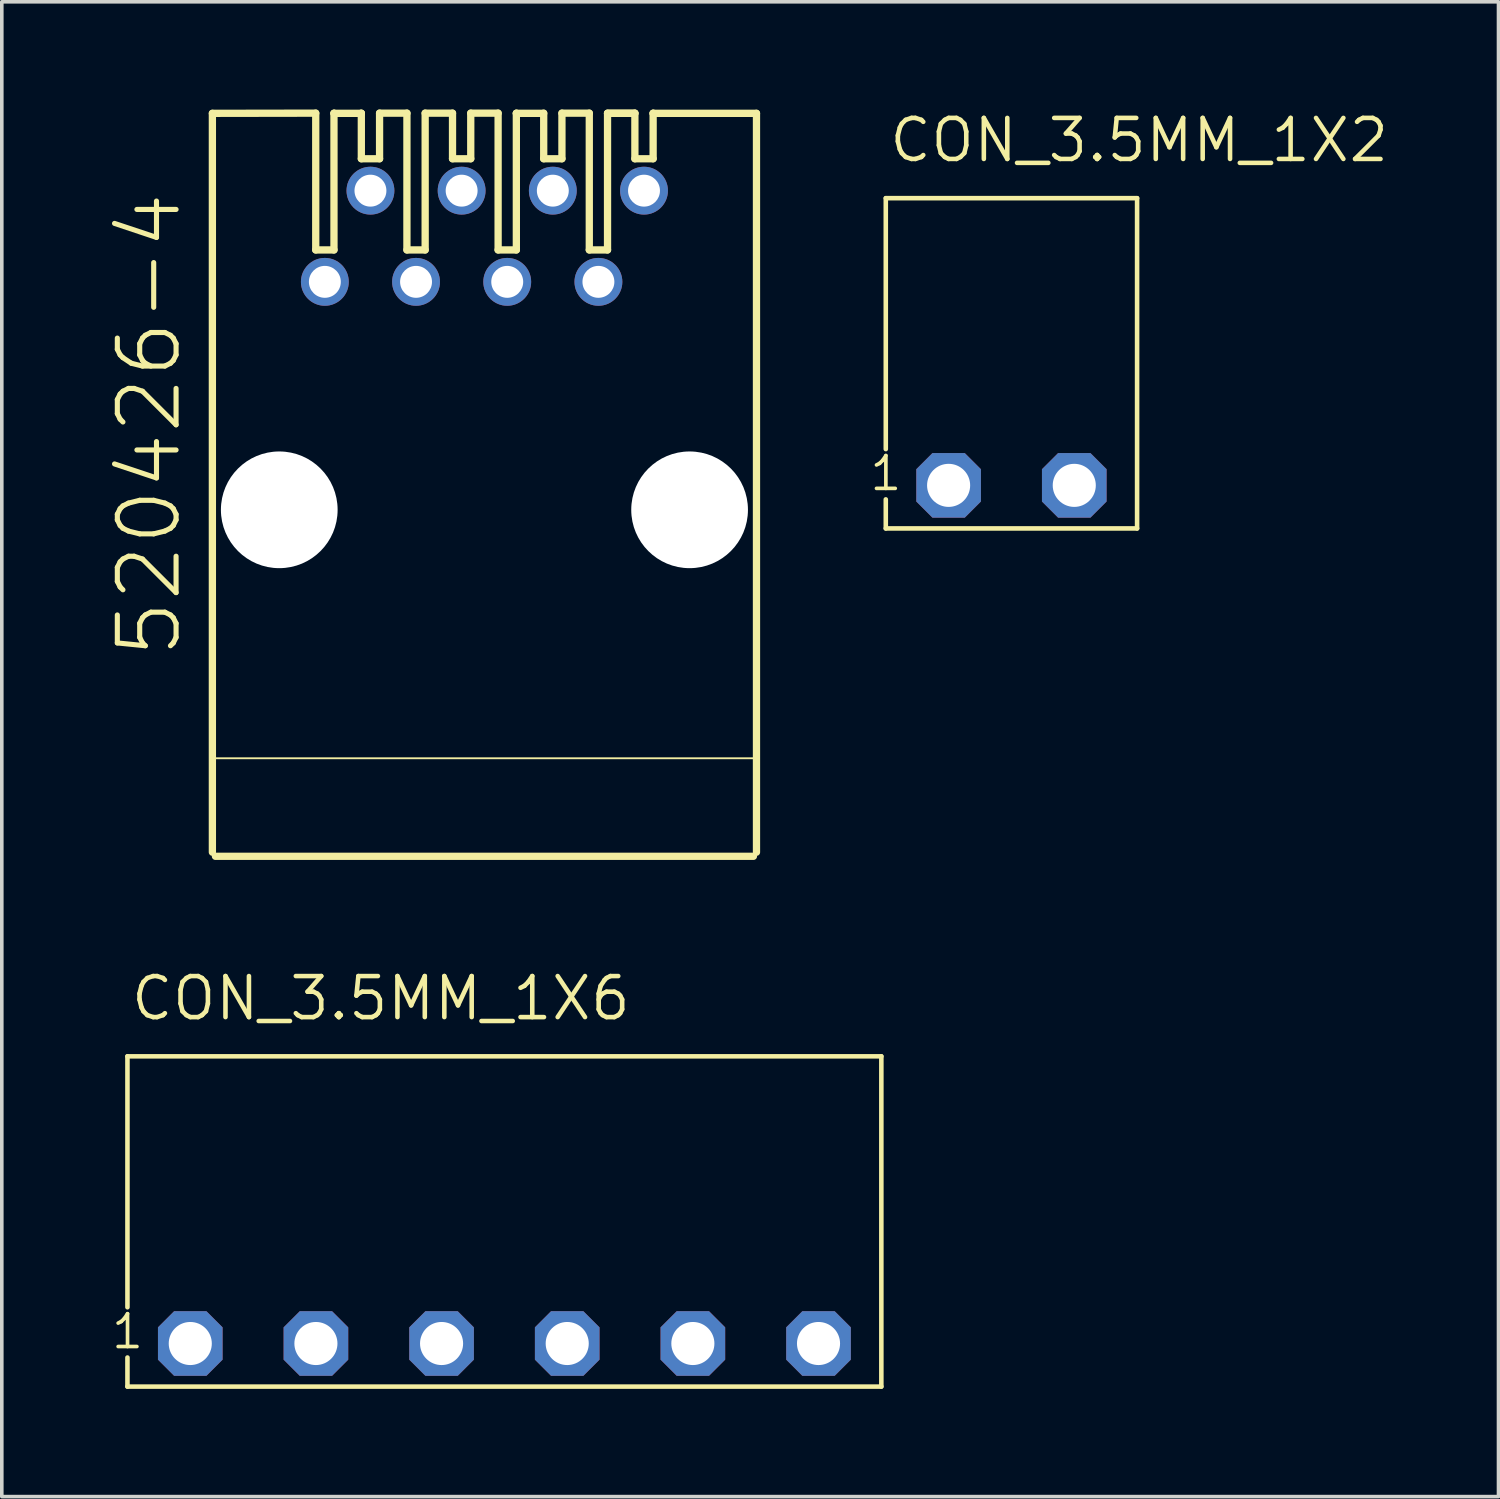
<source format=kicad_pcb>
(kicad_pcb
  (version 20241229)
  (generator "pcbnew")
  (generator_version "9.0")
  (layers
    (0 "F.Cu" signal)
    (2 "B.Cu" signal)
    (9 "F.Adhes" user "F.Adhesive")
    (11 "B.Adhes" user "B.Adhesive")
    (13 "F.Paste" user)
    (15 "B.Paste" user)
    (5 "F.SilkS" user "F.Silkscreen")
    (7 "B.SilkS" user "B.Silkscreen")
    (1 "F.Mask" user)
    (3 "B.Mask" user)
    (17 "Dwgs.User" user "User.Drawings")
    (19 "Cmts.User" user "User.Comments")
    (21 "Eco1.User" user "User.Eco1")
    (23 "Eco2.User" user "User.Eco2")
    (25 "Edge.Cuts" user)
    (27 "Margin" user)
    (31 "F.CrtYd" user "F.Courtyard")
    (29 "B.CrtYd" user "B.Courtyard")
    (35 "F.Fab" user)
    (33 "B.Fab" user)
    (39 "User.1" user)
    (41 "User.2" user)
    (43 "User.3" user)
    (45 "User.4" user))
  (footprint "520426-4"
    (layer "F.Cu")
    (at 10.444 11.151)
    (property "Reference" "520426-4" (at -8.382 4.191 90) (layer "F.SilkS") (effects (font (size 1.636 1.636) (thickness 0.142)) (justify left bottom)))
    (fp_line (start -7.578 -11.044) (end -4.699 -11.049) (stroke (width 0.203) (type solid)) (layer "F.SilkS"))
    (fp_line (start -7.578 9.538) (end -7.578 -11.044) (stroke (width 0.203) (type solid)) (layer "F.SilkS"))
    (fp_line (start -4.699 -11.049) (end -4.699 -7.239) (stroke (width 0.203) (type solid)) (layer "F.SilkS"))
    (fp_line (start -4.699 -7.239) (end -4.191 -7.239) (stroke (width 0.203) (type solid)) (layer "F.SilkS"))
    (fp_line (start -4.191 -11.049) (end -4.191 -11.044) (stroke (width 0.203) (type solid)) (layer "F.SilkS"))
    (fp_line (start -4.191 -11.044) (end -4.191 -7.239) (stroke (width 0.203) (type solid)) (layer "F.SilkS"))
    (fp_line (start -4.191 -11.044) (end -3.429 -11.044) (stroke (width 0.203) (type solid)) (layer "F.SilkS"))
    (fp_line (start -3.429 -11.049) (end -3.429 -11.044) (stroke (width 0.203) (type solid)) (layer "F.SilkS"))
    (fp_line (start -3.429 -11.044) (end -3.429 -9.779) (stroke (width 0.203) (type solid)) (layer "F.SilkS"))
    (fp_line (start -3.429 -9.779) (end -2.921 -9.779) (stroke (width 0.203) (type solid)) (layer "F.SilkS"))
    (fp_line (start -2.921 -11.049) (end -2.921 -9.779) (stroke (width 0.203) (type solid)) (layer "F.SilkS"))
    (fp_line (start -2.921 -11.049) (end -2.159 -11.049) (stroke (width 0.203) (type solid)) (layer "F.SilkS"))
    (fp_line (start -2.159 -11.049) (end -2.159 -7.239) (stroke (width 0.203) (type solid)) (layer "F.SilkS"))
    (fp_line (start -2.159 -7.239) (end -1.651 -7.239) (stroke (width 0.203) (type solid)) (layer "F.SilkS"))
    (fp_line (start -1.651 -11.049) (end -1.651 -7.239) (stroke (width 0.203) (type solid)) (layer "F.SilkS"))
    (fp_line (start -1.651 -11.049) (end -0.889 -11.049) (stroke (width 0.203) (type solid)) (layer "F.SilkS"))
    (fp_line (start -0.889 -11.049) (end -0.889 -9.779) (stroke (width 0.203) (type solid)) (layer "F.SilkS"))
    (fp_line (start -0.889 -9.779) (end -0.381 -9.779) (stroke (width 0.203) (type solid)) (layer "F.SilkS"))
    (fp_line (start -0.381 -11.049) (end -0.381 -9.779) (stroke (width 0.203) (type solid)) (layer "F.SilkS"))
    (fp_line (start -0.381 -11.049) (end 0.381 -11.049) (stroke (width 0.203) (type solid)) (layer "F.SilkS"))
    (fp_line (start 0.381 -11.049) (end 0.381 -7.239) (stroke (width 0.203) (type solid)) (layer "F.SilkS"))
    (fp_line (start 0.381 -7.239) (end 0.889 -7.239) (stroke (width 0.203) (type solid)) (layer "F.SilkS"))
    (fp_line (start 0.889 -11.049) (end 0.889 -11.044) (stroke (width 0.203) (type solid)) (layer "F.SilkS"))
    (fp_line (start 0.889 -11.044) (end 0.889 -7.239) (stroke (width 0.203) (type solid)) (layer "F.SilkS"))
    (fp_line (start 0.889 -11.044) (end 1.651 -11.044) (stroke (width 0.203) (type solid)) (layer "F.SilkS"))
    (fp_line (start 1.651 -11.049) (end 1.651 -9.779) (stroke (width 0.203) (type solid)) (layer "F.SilkS"))
    (fp_line (start 1.651 -9.779) (end 2.159 -9.779) (stroke (width 0.203) (type solid)) (layer "F.SilkS"))
    (fp_line (start 2.159 -11.049) (end 2.159 -9.779) (stroke (width 0.203) (type solid)) (layer "F.SilkS"))
    (fp_line (start 2.159 -11.049) (end 2.921 -11.049) (stroke (width 0.203) (type solid)) (layer "F.SilkS"))
    (fp_line (start 2.921 -11.049) (end 2.921 -7.239) (stroke (width 0.203) (type solid)) (layer "F.SilkS"))
    (fp_line (start 2.921 -7.239) (end 3.429 -7.239) (stroke (width 0.203) (type solid)) (layer "F.SilkS"))
    (fp_line (start 3.429 -11.049) (end 4.191 -11.049) (stroke (width 0.203) (type solid)) (layer "F.SilkS"))
    (fp_line (start 3.429 -11.044) (end 3.429 -7.239) (stroke (width 0.203) (type solid)) (layer "F.SilkS"))
    (fp_line (start 3.429 -11.044) (end 4.191 -11.044) (stroke (width 0.203) (type solid)) (layer "F.SilkS"))
    (fp_line (start 4.191 -11.049) (end 4.191 -9.779) (stroke (width 0.203) (type solid)) (layer "F.SilkS"))
    (fp_line (start 4.191 -9.779) (end 4.699 -9.779) (stroke (width 0.203) (type solid)) (layer "F.SilkS"))
    (fp_line (start 4.699 -11.049) (end 4.699 -11.044) (stroke (width 0.203) (type solid)) (layer "F.SilkS"))
    (fp_line (start 4.699 -11.044) (end 4.699 -9.779) (stroke (width 0.203) (type solid)) (layer "F.SilkS"))
    (fp_line (start 4.699 -11.044) (end 7.578 -11.044) (stroke (width 0.203) (type solid)) (layer "F.SilkS"))
    (fp_line (start 7.493 9.652) (end -7.493 9.652) (stroke (width 0.203) (type solid)) (layer "F.SilkS"))
    (fp_line (start 7.556 6.921) (end -7.556 6.921) (stroke (width 0.051) (type solid)) (layer "F.SilkS"))
    (fp_line (start 7.578 -11.044) (end 7.578 9.538) (stroke (width 0.203) (type solid)) (layer "F.SilkS"))
    (pad "" np_thru_hole circle (at -5.715 0) (size 3.251 3.251) (drill 3.251) (layers "*.Cu" "*.Mask"))
    (pad "" np_thru_hole circle (at 5.715 0) (size 3.251 3.251) (drill 3.251) (layers "*.Cu" "*.Mask"))
    (pad "1" thru_hole circle (at -4.445 -6.35) (size 1.333 1.333) (drill 0.889) (layers "*.Cu" "*.Mask"))
    (pad "2" thru_hole circle (at -3.175 -8.89) (size 1.333 1.333) (drill 0.889) (layers "*.Cu" "*.Mask"))
    (pad "3" thru_hole circle (at -1.905 -6.35) (size 1.333 1.333) (drill 0.889) (layers "*.Cu" "*.Mask"))
    (pad "4" thru_hole circle (at -0.635 -8.89) (size 1.333 1.333) (drill 0.889) (layers "*.Cu" "*.Mask"))
    (pad "5" thru_hole circle (at 0.635 -6.35) (size 1.333 1.333) (drill 0.889) (layers "*.Cu" "*.Mask"))
    (pad "6" thru_hole circle (at 1.905 -8.89) (size 1.333 1.333) (drill 0.889) (layers "*.Cu" "*.Mask"))
    (pad "7" thru_hole circle (at 3.175 -6.35) (size 1.333 1.333) (drill 0.889) (layers "*.Cu" "*.Mask"))
    (pad "8" thru_hole circle (at 4.445 -8.89) (size 1.333 1.333) (drill 0.889) (layers "*.Cu" "*.Mask")))
  (footprint "CON_3.5MM_1X2"
    (layer "F.Cu")
    (at 25.124 10.47)
    (property "Reference" "CON_3.5MM_1X2" (at -3.465 -8.946 0) (layer "F.SilkS") (effects (font (size 1.143 1.143) (thickness 0.127)) (justify left bottom)))
    (fp_line (start -3.5 -8) (end 3.5 -8) (stroke (width 0.127) (type solid)) (layer "F.SilkS"))
    (fp_line (start -3.5 -1.01) (end -3.5 -8) (stroke (width 0.127) (type solid)) (layer "F.SilkS"))
    (fp_line (start -3.5 1.2) (end -3.5 0.39) (stroke (width 0.127) (type solid)) (layer "F.SilkS"))
    (fp_line (start -3.5 1.2) (end 3.5 1.2) (stroke (width 0.127) (type solid)) (layer "F.SilkS"))
    (fp_line (start 3.5 1.2) (end 3.5 -8) (stroke (width 0.127) (type solid)) (layer "F.SilkS"))
    (fp_text user "1" (at -4 0.201 0) (layer "F.SilkS") (effects (font (size 0.914 0.914) (thickness 0.102)) (justify left bottom)))
    (pad "P1" thru_hole roundrect (at -1.75 0 90) (size 1.8 1.8) (drill 1.2) (layers "*.Cu" "*.Mask") (roundrect_rratio 0.25) (chamfer_ratio 0.25) (chamfer top_left top_right bottom_left bottom_right))
    (pad "P2" thru_hole roundrect (at 1.75 0 90) (size 1.8 1.8) (drill 1.2) (layers "*.Cu" "*.Mask") (roundrect_rratio 0.25) (chamfer_ratio 0.25) (chamfer top_left top_right bottom_left bottom_right)))
  (footprint "CON_3.5MM_1X6"
    (layer "F.Cu")
    (at 10.69 31.834)
    (property "Reference" "CON_3.5MM_1X6" (at -10.155 -6.406 0) (layer "F.SilkS") (effects (font (size 1.143 1.143) (thickness 0.127)) (justify left bottom)))
    (fp_line (start -10.19 -5.46) (end 10.81 -5.46) (stroke (width 0.127) (type solid)) (layer "F.SilkS"))
    (fp_line (start -10.19 1.53) (end -10.19 -5.46) (stroke (width 0.127) (type solid)) (layer "F.SilkS"))
    (fp_line (start -10.19 3.74) (end -10.19 2.93) (stroke (width 0.127) (type solid)) (layer "F.SilkS"))
    (fp_line (start -10.19 3.74) (end 10.81 3.74) (stroke (width 0.127) (type solid)) (layer "F.SilkS"))
    (fp_line (start 10.81 3.74) (end 10.81 -5.46) (stroke (width 0.127) (type solid)) (layer "F.SilkS"))
    (fp_text user "1" (at -10.69 2.741 0) (layer "F.SilkS") (effects (font (size 0.914 0.914) (thickness 0.102)) (justify left bottom)))
    (pad "P1" thru_hole roundrect (at -8.44 2.54 90) (size 1.8 1.8) (drill 1.2) (layers "*.Cu" "*.Mask") (roundrect_rratio 0.25) (chamfer_ratio 0.25) (chamfer top_left top_right bottom_left bottom_right))
    (pad "P2" thru_hole roundrect (at -4.94 2.54 90) (size 1.8 1.8) (drill 1.2) (layers "*.Cu" "*.Mask") (roundrect_rratio 0.25) (chamfer_ratio 0.25) (chamfer top_left top_right bottom_left bottom_right))
    (pad "P3" thru_hole roundrect (at -1.44 2.54 90) (size 1.8 1.8) (drill 1.2) (layers "*.Cu" "*.Mask") (roundrect_rratio 0.25) (chamfer_ratio 0.25) (chamfer top_left top_right bottom_left bottom_right))
    (pad "P4" thru_hole roundrect (at 2.06 2.54 90) (size 1.8 1.8) (drill 1.2) (layers "*.Cu" "*.Mask") (roundrect_rratio 0.25) (chamfer_ratio 0.25) (chamfer top_left top_right bottom_left bottom_right))
    (pad "P5" thru_hole roundrect (at 5.56 2.54 90) (size 1.8 1.8) (drill 1.2) (layers "*.Cu" "*.Mask") (roundrect_rratio 0.25) (chamfer_ratio 0.25) (chamfer top_left top_right bottom_left bottom_right))
    (pad "P6" thru_hole roundrect (at 9.06 2.54 90) (size 1.8 1.8) (drill 1.2) (layers "*.Cu" "*.Mask") (roundrect_rratio 0.25) (chamfer_ratio 0.25) (chamfer top_left top_right bottom_left bottom_right)))
  (gr_rect
    (start -3 -3)
    (end 38.691 38.638)
    (stroke (width 0.1) (type default))
    (fill no)
    (layer "Edge.Cuts")))
</source>
